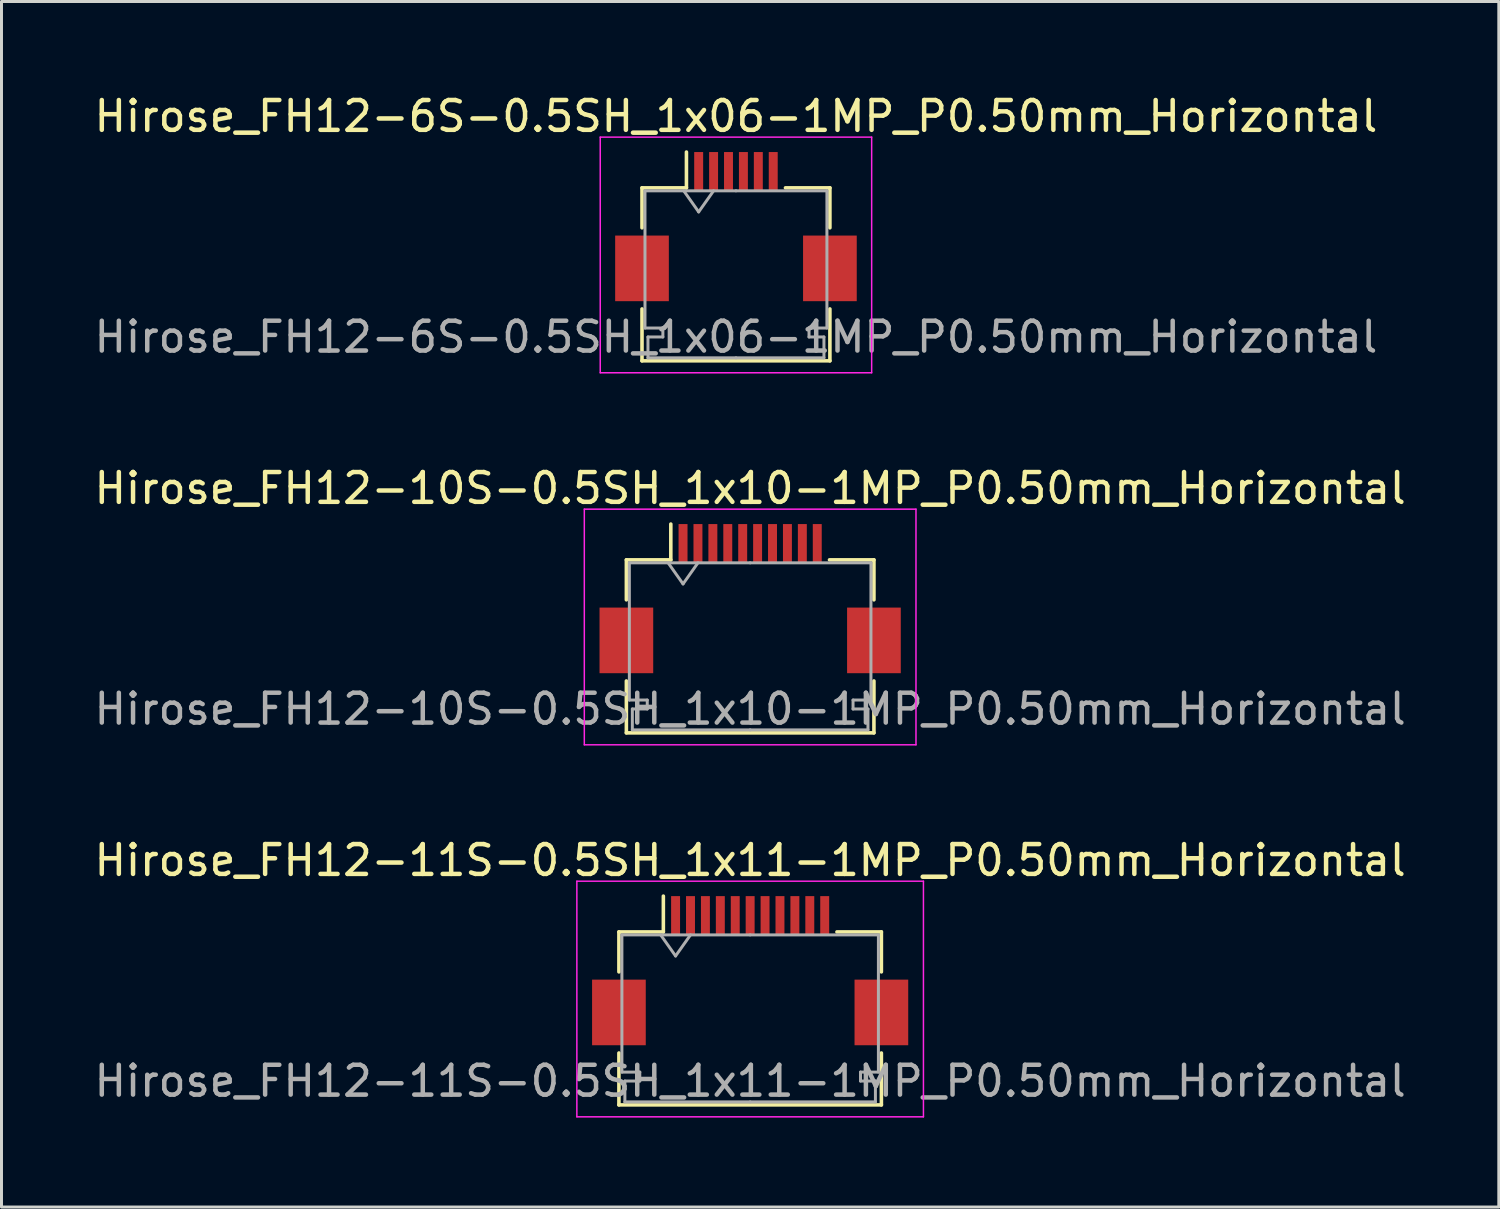
<source format=kicad_pcb>
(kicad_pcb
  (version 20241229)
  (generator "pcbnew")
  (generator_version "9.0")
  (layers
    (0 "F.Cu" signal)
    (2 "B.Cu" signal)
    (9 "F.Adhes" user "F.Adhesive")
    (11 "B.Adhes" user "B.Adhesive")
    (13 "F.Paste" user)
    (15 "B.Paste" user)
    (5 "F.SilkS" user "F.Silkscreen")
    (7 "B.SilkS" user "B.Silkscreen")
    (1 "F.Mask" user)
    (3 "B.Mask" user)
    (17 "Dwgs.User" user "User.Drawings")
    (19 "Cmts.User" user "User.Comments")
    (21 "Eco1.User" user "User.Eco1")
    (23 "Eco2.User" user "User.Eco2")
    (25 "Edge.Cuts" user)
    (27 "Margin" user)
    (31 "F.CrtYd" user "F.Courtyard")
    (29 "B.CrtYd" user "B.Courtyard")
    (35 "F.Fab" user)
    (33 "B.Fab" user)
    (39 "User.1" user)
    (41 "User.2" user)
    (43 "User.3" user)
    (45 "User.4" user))
  (footprint "Hirose_FH12-6S-0.5SH_1x06-1MP_P0.50mm_Horizontal"
    (layer "F.Cu")
    (at 21.625 4.548)
    (property "Reference" "Hirose_FH12-6S-0.5SH_1x06-1MP_P0.50mm_Horizontal" (at 0 -3.7 0) (layer "F.SilkS") (effects (font (size 1 1) (thickness 0.15))))
    (attr smd)
    (fp_line (start -3.15 -1.3) (end -3.15 0.04) (stroke (width 0.12) (type solid)) (layer "F.SilkS"))
    (fp_line (start -3.15 2.76) (end -3.15 4.5) (stroke (width 0.12) (type solid)) (layer "F.SilkS"))
    (fp_line (start -3.15 4.5) (end 3.15 4.5) (stroke (width 0.12) (type solid)) (layer "F.SilkS"))
    (fp_line (start -1.66 -1.3) (end -3.15 -1.3) (stroke (width 0.12) (type solid)) (layer "F.SilkS"))
    (fp_line (start -1.66 -1.3) (end -1.66 -2.5) (stroke (width 0.12) (type solid)) (layer "F.SilkS"))
    (fp_line (start 1.66 -1.3) (end 3.15 -1.3) (stroke (width 0.12) (type solid)) (layer "F.SilkS"))
    (fp_line (start 3.15 -1.3) (end 3.15 0.04) (stroke (width 0.12) (type solid)) (layer "F.SilkS"))
    (fp_line (start 3.15 4.5) (end 3.15 2.76) (stroke (width 0.12) (type solid)) (layer "F.SilkS"))
    (fp_line (start -4.55 -3) (end -4.55 4.9) (stroke (width 0.05) (type solid)) (layer "F.CrtYd"))
    (fp_line (start -4.55 4.9) (end 4.55 4.9) (stroke (width 0.05) (type solid)) (layer "F.CrtYd"))
    (fp_line (start 4.55 -3) (end -4.55 -3) (stroke (width 0.05) (type solid)) (layer "F.CrtYd"))
    (fp_line (start 4.55 4.9) (end 4.55 -3) (stroke (width 0.05) (type solid)) (layer "F.CrtYd"))
    (fp_line (start -3.05 -1.2) (end -3.05 3.4) (stroke (width 0.1) (type solid)) (layer "F.Fab"))
    (fp_line (start -3.05 3.4) (end -2.45 3.4) (stroke (width 0.1) (type solid)) (layer "F.Fab"))
    (fp_line (start -2.95 3.7) (end -2.95 4.4) (stroke (width 0.1) (type solid)) (layer "F.Fab"))
    (fp_line (start -2.95 4.4) (end 0 4.4) (stroke (width 0.1) (type solid)) (layer "F.Fab"))
    (fp_line (start -2.45 3.4) (end -2.45 3.7) (stroke (width 0.1) (type solid)) (layer "F.Fab"))
    (fp_line (start -2.45 3.7) (end -2.95 3.7) (stroke (width 0.1) (type solid)) (layer "F.Fab"))
    (fp_line (start -1.75 -1.2) (end -1.25 -0.493) (stroke (width 0.1) (type solid)) (layer "F.Fab"))
    (fp_line (start -1.25 -0.493) (end -0.75 -1.2) (stroke (width 0.1) (type solid)) (layer "F.Fab"))
    (fp_line (start 0 -1.2) (end -3.05 -1.2) (stroke (width 0.1) (type solid)) (layer "F.Fab"))
    (fp_line (start 0 -1.2) (end 3.05 -1.2) (stroke (width 0.1) (type solid)) (layer "F.Fab"))
    (fp_line (start 2.45 3.4) (end 2.45 3.7) (stroke (width 0.1) (type solid)) (layer "F.Fab"))
    (fp_line (start 2.45 3.7) (end 2.95 3.7) (stroke (width 0.1) (type solid)) (layer "F.Fab"))
    (fp_line (start 2.95 3.7) (end 2.95 4.4) (stroke (width 0.1) (type solid)) (layer "F.Fab"))
    (fp_line (start 2.95 4.4) (end 0 4.4) (stroke (width 0.1) (type solid)) (layer "F.Fab"))
    (fp_line (start 3.05 -1.2) (end 3.05 3.4) (stroke (width 0.1) (type solid)) (layer "F.Fab"))
    (fp_line (start 3.05 3.4) (end 2.45 3.4) (stroke (width 0.1) (type solid)) (layer "F.Fab"))
    (fp_text user "${REFERENCE}" (at 0 3.7 0) (layer "F.Fab") (effects (font (size 1 1) (thickness 0.15))))
    (pad "1" smd rect (at -1.25 -1.85) (size 0.3 1.3) (layers "F.Cu" "F.Mask" "F.Paste"))
    (pad "2" smd rect (at -0.75 -1.85) (size 0.3 1.3) (layers "F.Cu" "F.Mask" "F.Paste"))
    (pad "3" smd rect (at -0.25 -1.85) (size 0.3 1.3) (layers "F.Cu" "F.Mask" "F.Paste"))
    (pad "4" smd rect (at 0.25 -1.85) (size 0.3 1.3) (layers "F.Cu" "F.Mask" "F.Paste"))
    (pad "5" smd rect (at 0.75 -1.85) (size 0.3 1.3) (layers "F.Cu" "F.Mask" "F.Paste"))
    (pad "6" smd rect (at 1.25 -1.85) (size 0.3 1.3) (layers "F.Cu" "F.Mask" "F.Paste"))
    (pad "MP" smd rect (at -3.15 1.4) (size 1.8 2.2) (layers "F.Cu" "F.Mask" "F.Paste"))
    (pad "MP" smd rect (at 3.15 1.4) (size 1.8 2.2) (layers "F.Cu" "F.Mask" "F.Paste")))
  (footprint "Hirose_FH12-11S-0.5SH_1x11-1MP_P0.50mm_Horizontal"
    (layer "F.Cu")
    (at 22.101 29.495)
    (property "Reference" "Hirose_FH12-11S-0.5SH_1x11-1MP_P0.50mm_Horizontal" (at 0 -3.7 0) (layer "F.SilkS") (effects (font (size 1 1) (thickness 0.15))))
    (attr smd)
    (fp_line (start -4.4 -1.3) (end -4.4 0.04) (stroke (width 0.12) (type solid)) (layer "F.SilkS"))
    (fp_line (start -4.4 2.76) (end -4.4 4.5) (stroke (width 0.12) (type solid)) (layer "F.SilkS"))
    (fp_line (start -4.4 4.5) (end 4.4 4.5) (stroke (width 0.12) (type solid)) (layer "F.SilkS"))
    (fp_line (start -2.91 -1.3) (end -4.4 -1.3) (stroke (width 0.12) (type solid)) (layer "F.SilkS"))
    (fp_line (start -2.91 -1.3) (end -2.91 -2.5) (stroke (width 0.12) (type solid)) (layer "F.SilkS"))
    (fp_line (start 2.91 -1.3) (end 4.4 -1.3) (stroke (width 0.12) (type solid)) (layer "F.SilkS"))
    (fp_line (start 4.4 -1.3) (end 4.4 0.04) (stroke (width 0.12) (type solid)) (layer "F.SilkS"))
    (fp_line (start 4.4 4.5) (end 4.4 2.76) (stroke (width 0.12) (type solid)) (layer "F.SilkS"))
    (fp_line (start -5.81 -3) (end -5.81 4.9) (stroke (width 0.05) (type solid)) (layer "F.CrtYd"))
    (fp_line (start -5.81 4.9) (end 5.81 4.9) (stroke (width 0.05) (type solid)) (layer "F.CrtYd"))
    (fp_line (start 5.81 -3) (end -5.81 -3) (stroke (width 0.05) (type solid)) (layer "F.CrtYd"))
    (fp_line (start 5.81 4.9) (end 5.81 -3) (stroke (width 0.05) (type solid)) (layer "F.CrtYd"))
    (fp_line (start -4.3 -1.2) (end -4.3 3.4) (stroke (width 0.1) (type solid)) (layer "F.Fab"))
    (fp_line (start -4.3 3.4) (end -3.7 3.4) (stroke (width 0.1) (type solid)) (layer "F.Fab"))
    (fp_line (start -4.2 3.7) (end -4.2 4.4) (stroke (width 0.1) (type solid)) (layer "F.Fab"))
    (fp_line (start -4.2 4.4) (end 0 4.4) (stroke (width 0.1) (type solid)) (layer "F.Fab"))
    (fp_line (start -3.7 3.4) (end -3.7 3.7) (stroke (width 0.1) (type solid)) (layer "F.Fab"))
    (fp_line (start -3.7 3.7) (end -4.2 3.7) (stroke (width 0.1) (type solid)) (layer "F.Fab"))
    (fp_line (start -3 -1.2) (end -2.5 -0.493) (stroke (width 0.1) (type solid)) (layer "F.Fab"))
    (fp_line (start -2.5 -0.493) (end -2 -1.2) (stroke (width 0.1) (type solid)) (layer "F.Fab"))
    (fp_line (start 0 -1.2) (end -4.3 -1.2) (stroke (width 0.1) (type solid)) (layer "F.Fab"))
    (fp_line (start 0 -1.2) (end 4.3 -1.2) (stroke (width 0.1) (type solid)) (layer "F.Fab"))
    (fp_line (start 3.7 3.4) (end 3.7 3.7) (stroke (width 0.1) (type solid)) (layer "F.Fab"))
    (fp_line (start 3.7 3.7) (end 4.2 3.7) (stroke (width 0.1) (type solid)) (layer "F.Fab"))
    (fp_line (start 4.2 3.7) (end 4.2 4.4) (stroke (width 0.1) (type solid)) (layer "F.Fab"))
    (fp_line (start 4.2 4.4) (end 0 4.4) (stroke (width 0.1) (type solid)) (layer "F.Fab"))
    (fp_line (start 4.3 -1.2) (end 4.3 3.4) (stroke (width 0.1) (type solid)) (layer "F.Fab"))
    (fp_line (start 4.3 3.4) (end 3.7 3.4) (stroke (width 0.1) (type solid)) (layer "F.Fab"))
    (fp_text user "${REFERENCE}" (at 0 3.7 0) (layer "F.Fab") (effects (font (size 1 1) (thickness 0.15))))
    (pad "1" smd rect (at -2.5 -1.85) (size 0.3 1.3) (layers "F.Cu" "F.Mask" "F.Paste"))
    (pad "2" smd rect (at -2 -1.85) (size 0.3 1.3) (layers "F.Cu" "F.Mask" "F.Paste"))
    (pad "3" smd rect (at -1.5 -1.85) (size 0.3 1.3) (layers "F.Cu" "F.Mask" "F.Paste"))
    (pad "4" smd rect (at -1 -1.85) (size 0.3 1.3) (layers "F.Cu" "F.Mask" "F.Paste"))
    (pad "5" smd rect (at -0.5 -1.85) (size 0.3 1.3) (layers "F.Cu" "F.Mask" "F.Paste"))
    (pad "6" smd rect (at 0 -1.85) (size 0.3 1.3) (layers "F.Cu" "F.Mask" "F.Paste"))
    (pad "7" smd rect (at 0.5 -1.85) (size 0.3 1.3) (layers "F.Cu" "F.Mask" "F.Paste"))
    (pad "8" smd rect (at 1 -1.85) (size 0.3 1.3) (layers "F.Cu" "F.Mask" "F.Paste"))
    (pad "9" smd rect (at 1.5 -1.85) (size 0.3 1.3) (layers "F.Cu" "F.Mask" "F.Paste"))
    (pad "10" smd rect (at 2 -1.85) (size 0.3 1.3) (layers "F.Cu" "F.Mask" "F.Paste"))
    (pad "11" smd rect (at 2.5 -1.85) (size 0.3 1.3) (layers "F.Cu" "F.Mask" "F.Paste"))
    (pad "MP" smd rect (at -4.4 1.4) (size 1.8 2.2) (layers "F.Cu" "F.Mask" "F.Paste"))
    (pad "MP" smd rect (at 4.4 1.4) (size 1.8 2.2) (layers "F.Cu" "F.Mask" "F.Paste")))
  (footprint "Hirose_FH12-10S-0.5SH_1x10-1MP_P0.50mm_Horizontal"
    (layer "F.Cu")
    (at 22.101 17.021)
    (property "Reference" "Hirose_FH12-10S-0.5SH_1x10-1MP_P0.50mm_Horizontal" (at 0 -3.7 0) (layer "F.SilkS") (effects (font (size 1 1) (thickness 0.15))))
    (attr smd)
    (fp_line (start -4.15 -1.3) (end -4.15 0.04) (stroke (width 0.12) (type solid)) (layer "F.SilkS"))
    (fp_line (start -4.15 2.76) (end -4.15 4.5) (stroke (width 0.12) (type solid)) (layer "F.SilkS"))
    (fp_line (start -4.15 4.5) (end 4.15 4.5) (stroke (width 0.12) (type solid)) (layer "F.SilkS"))
    (fp_line (start -2.66 -1.3) (end -4.15 -1.3) (stroke (width 0.12) (type solid)) (layer "F.SilkS"))
    (fp_line (start -2.66 -1.3) (end -2.66 -2.5) (stroke (width 0.12) (type solid)) (layer "F.SilkS"))
    (fp_line (start 2.66 -1.3) (end 4.15 -1.3) (stroke (width 0.12) (type solid)) (layer "F.SilkS"))
    (fp_line (start 4.15 -1.3) (end 4.15 0.04) (stroke (width 0.12) (type solid)) (layer "F.SilkS"))
    (fp_line (start 4.15 4.5) (end 4.15 2.76) (stroke (width 0.12) (type solid)) (layer "F.SilkS"))
    (fp_line (start -5.56 -3) (end -5.56 4.9) (stroke (width 0.05) (type solid)) (layer "F.CrtYd"))
    (fp_line (start -5.56 4.9) (end 5.56 4.9) (stroke (width 0.05) (type solid)) (layer "F.CrtYd"))
    (fp_line (start 5.56 -3) (end -5.56 -3) (stroke (width 0.05) (type solid)) (layer "F.CrtYd"))
    (fp_line (start 5.56 4.9) (end 5.56 -3) (stroke (width 0.05) (type solid)) (layer "F.CrtYd"))
    (fp_line (start -4.05 -1.2) (end -4.05 3.4) (stroke (width 0.1) (type solid)) (layer "F.Fab"))
    (fp_line (start -4.05 3.4) (end -3.45 3.4) (stroke (width 0.1) (type solid)) (layer "F.Fab"))
    (fp_line (start -3.95 3.7) (end -3.95 4.4) (stroke (width 0.1) (type solid)) (layer "F.Fab"))
    (fp_line (start -3.95 4.4) (end 0 4.4) (stroke (width 0.1) (type solid)) (layer "F.Fab"))
    (fp_line (start -3.45 3.4) (end -3.45 3.7) (stroke (width 0.1) (type solid)) (layer "F.Fab"))
    (fp_line (start -3.45 3.7) (end -3.95 3.7) (stroke (width 0.1) (type solid)) (layer "F.Fab"))
    (fp_line (start -2.75 -1.2) (end -2.25 -0.493) (stroke (width 0.1) (type solid)) (layer "F.Fab"))
    (fp_line (start -2.25 -0.493) (end -1.75 -1.2) (stroke (width 0.1) (type solid)) (layer "F.Fab"))
    (fp_line (start 0 -1.2) (end -4.05 -1.2) (stroke (width 0.1) (type solid)) (layer "F.Fab"))
    (fp_line (start 0 -1.2) (end 4.05 -1.2) (stroke (width 0.1) (type solid)) (layer "F.Fab"))
    (fp_line (start 3.45 3.4) (end 3.45 3.7) (stroke (width 0.1) (type solid)) (layer "F.Fab"))
    (fp_line (start 3.45 3.7) (end 3.95 3.7) (stroke (width 0.1) (type solid)) (layer "F.Fab"))
    (fp_line (start 3.95 3.7) (end 3.95 4.4) (stroke (width 0.1) (type solid)) (layer "F.Fab"))
    (fp_line (start 3.95 4.4) (end 0 4.4) (stroke (width 0.1) (type solid)) (layer "F.Fab"))
    (fp_line (start 4.05 -1.2) (end 4.05 3.4) (stroke (width 0.1) (type solid)) (layer "F.Fab"))
    (fp_line (start 4.05 3.4) (end 3.45 3.4) (stroke (width 0.1) (type solid)) (layer "F.Fab"))
    (fp_text user "${REFERENCE}" (at 0 3.7 0) (layer "F.Fab") (effects (font (size 1 1) (thickness 0.15))))
    (pad "1" smd rect (at -2.25 -1.85) (size 0.3 1.3) (layers "F.Cu" "F.Mask" "F.Paste"))
    (pad "2" smd rect (at -1.75 -1.85) (size 0.3 1.3) (layers "F.Cu" "F.Mask" "F.Paste"))
    (pad "3" smd rect (at -1.25 -1.85) (size 0.3 1.3) (layers "F.Cu" "F.Mask" "F.Paste"))
    (pad "4" smd rect (at -0.75 -1.85) (size 0.3 1.3) (layers "F.Cu" "F.Mask" "F.Paste"))
    (pad "5" smd rect (at -0.25 -1.85) (size 0.3 1.3) (layers "F.Cu" "F.Mask" "F.Paste"))
    (pad "6" smd rect (at 0.25 -1.85) (size 0.3 1.3) (layers "F.Cu" "F.Mask" "F.Paste"))
    (pad "7" smd rect (at 0.75 -1.85) (size 0.3 1.3) (layers "F.Cu" "F.Mask" "F.Paste"))
    (pad "8" smd rect (at 1.25 -1.85) (size 0.3 1.3) (layers "F.Cu" "F.Mask" "F.Paste"))
    (pad "9" smd rect (at 1.75 -1.85) (size 0.3 1.3) (layers "F.Cu" "F.Mask" "F.Paste"))
    (pad "10" smd rect (at 2.25 -1.85) (size 0.3 1.3) (layers "F.Cu" "F.Mask" "F.Paste"))
    (pad "MP" smd rect (at -4.15 1.4) (size 1.8 2.2) (layers "F.Cu" "F.Mask" "F.Paste"))
    (pad "MP" smd rect (at 4.15 1.4) (size 1.8 2.2) (layers "F.Cu" "F.Mask" "F.Paste")))
  (gr_rect
    (start -3 -3)
    (end 47.202 37.42)
    (stroke (width 0.1) (type default))
    (fill no)
    (layer "Edge.Cuts")))
</source>
